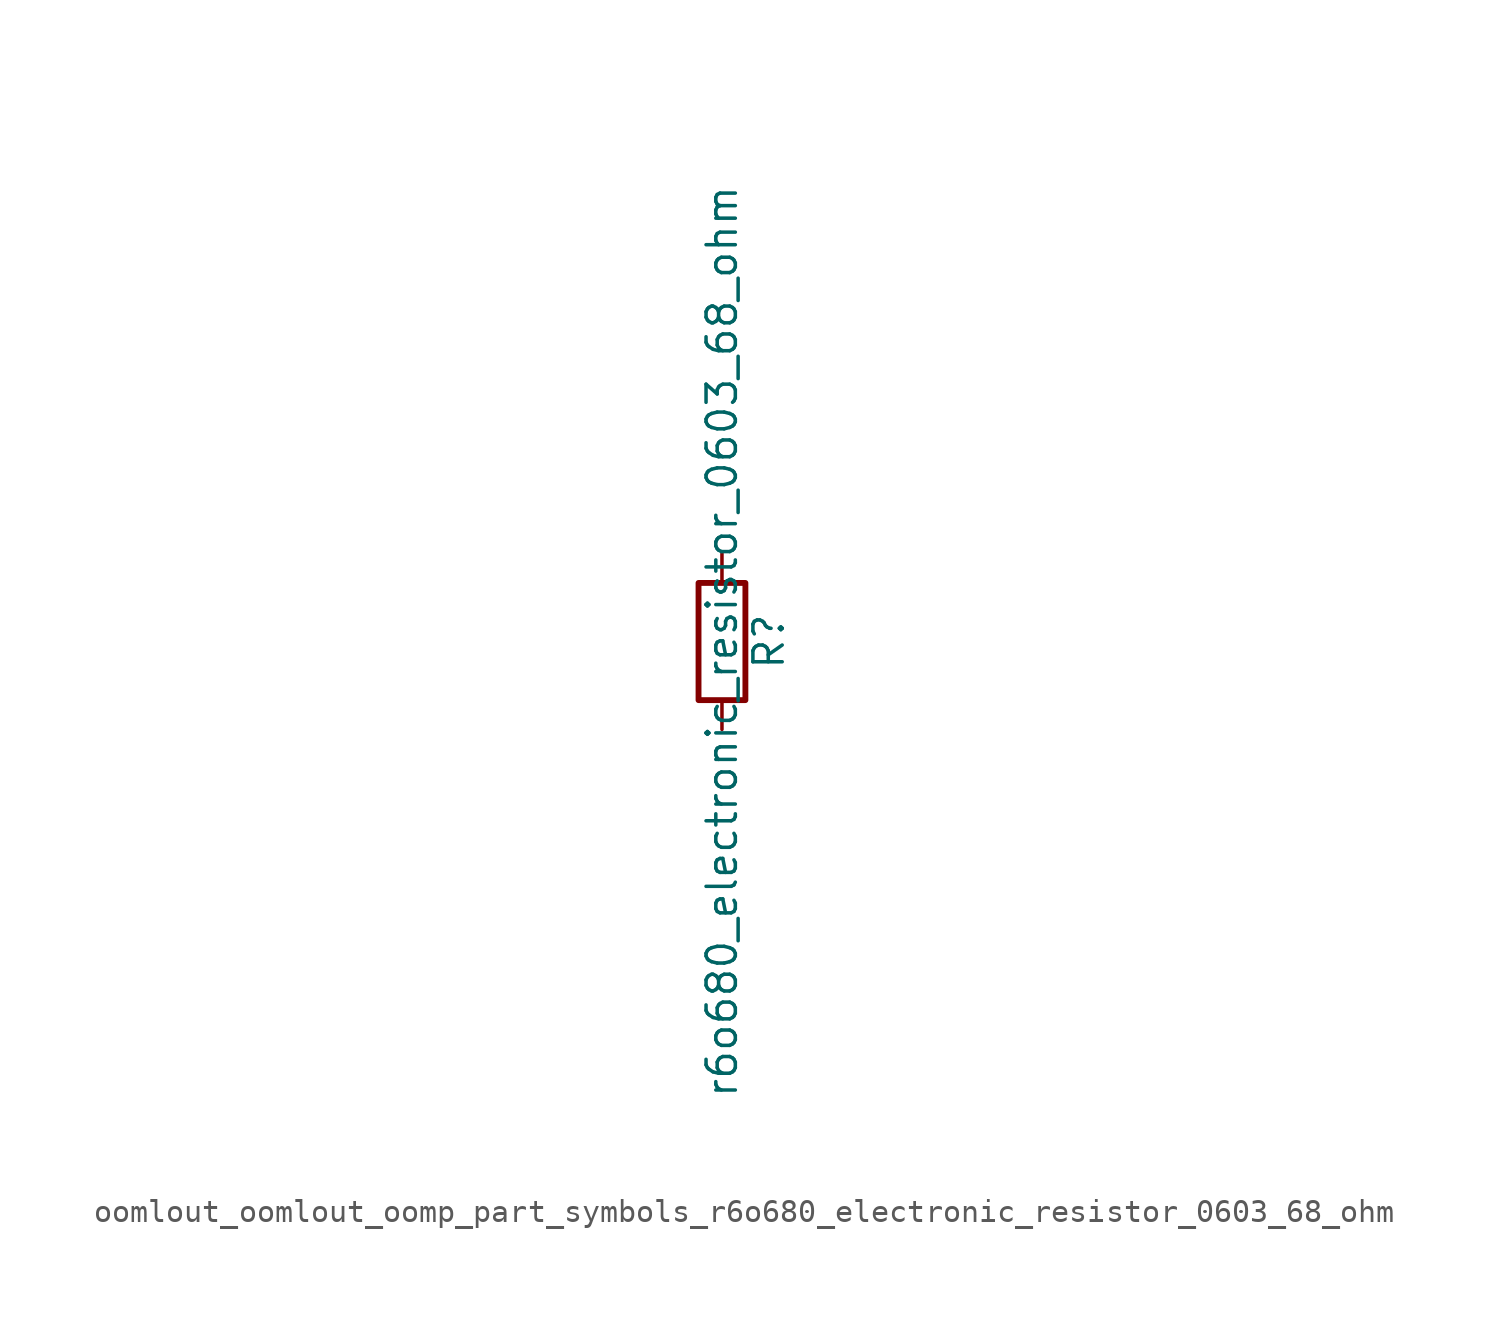
<source format=kicad_sym>
(kicad_symbol_lib
  (version 20220914)
  (generator kicad_symbol_editor)
  (symbol "oomlout_oomlout_oomp_part_symbols_r6o680_electronic_resistor_0603_68_ohm"
    (pin_numbers hide)
    (pin_names
      (offset 0))
    (property "Reference" "R"
      (at 2.032 0 90)
      (effects (font (size 1.27 1.27))))
    (property "Value" "r6o680_electronic_resistor_0603_68_ohm"
      (at 0 0 90)
      (effects (font (size 1.27 1.27))))
    (symbol "oomlout_oomlout_oomp_part_symbols_r6o680_electronic_resistor_0603_68_ohm_0_1"
      (rectangle (start -1.016 -2.54) (end 1.016 2.54) (stroke (width 0.254) (type default)) (fill (type none))))
    (symbol "oomlout_oomlout_oomp_part_symbols_r6o680_electronic_resistor_0603_68_ohm_1_1"
      (pin passive line (at 0 3.81 270) (length 1.27) (name "~" (effects (font (size 1.27 1.27)))) (number "1" (effects (font (size 1.27 1.27)))))
      (pin passive line (at 0 -3.81 90) (length 1.27) (name "~" (effects (font (size 1.27 1.27)))) (number "2" (effects (font (size 1.27 1.27))))))))
</source>
